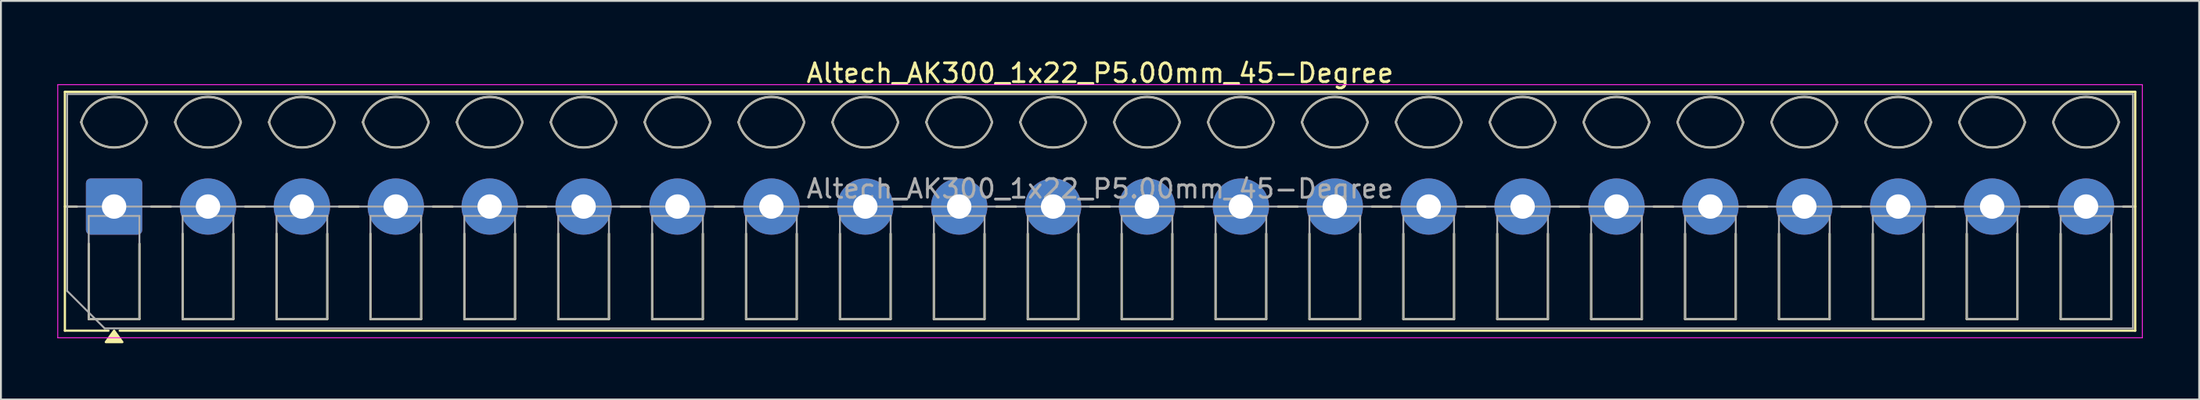
<source format=kicad_pcb>
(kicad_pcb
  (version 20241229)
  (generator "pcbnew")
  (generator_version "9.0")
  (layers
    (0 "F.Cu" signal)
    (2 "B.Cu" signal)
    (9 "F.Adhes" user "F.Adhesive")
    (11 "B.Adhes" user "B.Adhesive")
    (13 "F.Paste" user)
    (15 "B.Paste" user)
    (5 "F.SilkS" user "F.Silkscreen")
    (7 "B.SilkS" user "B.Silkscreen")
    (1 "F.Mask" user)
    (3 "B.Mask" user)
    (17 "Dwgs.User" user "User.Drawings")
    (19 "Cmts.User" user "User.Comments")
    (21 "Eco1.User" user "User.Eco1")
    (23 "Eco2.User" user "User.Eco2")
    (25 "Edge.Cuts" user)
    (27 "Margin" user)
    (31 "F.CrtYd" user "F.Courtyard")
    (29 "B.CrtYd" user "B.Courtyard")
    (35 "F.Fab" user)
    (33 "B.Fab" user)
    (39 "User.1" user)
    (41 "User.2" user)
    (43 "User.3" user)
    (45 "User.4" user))
  (footprint "Altech_AK300_1x22_P5.00mm_45-Degree"
    (layer "F.Cu")
    (at 3.025 7.968)
    (property "Reference" "Altech_AK300_1x22_P5.00mm_45-Degree" (at 52.5 -7.12 0) (layer "F.SilkS") (effects (font (size 1 1) (thickness 0.15))))
    (attr through_hole)
    (fp_line (start -2.62 -6.12) (end 107.62 -6.12) (stroke (width 0.12) (type solid)) (layer "F.SilkS"))
    (fp_line (start -2.62 0) (end -1.98 0) (stroke (width 0.12) (type solid)) (layer "F.SilkS"))
    (fp_line (start -2.62 6.62) (end -2.62 -6.12) (stroke (width 0.12) (type solid)) (layer "F.SilkS"))
    (fp_line (start -1.35 6) (end -1.35 1.98) (stroke (width 0.12) (type solid)) (layer "F.SilkS"))
    (fp_line (start -0.3 6.62) (end -2.62 6.62) (stroke (width 0.12) (type solid)) (layer "F.SilkS"))
    (fp_line (start 1.35 1.98) (end 1.35 6) (stroke (width 0.12) (type solid)) (layer "F.SilkS"))
    (fp_line (start 1.35 6) (end -1.35 6) (stroke (width 0.12) (type solid)) (layer "F.SilkS"))
    (fp_line (start 1.98 0) (end 3.02 0) (stroke (width 0.12) (type solid)) (layer "F.SilkS"))
    (fp_line (start 3.65 6) (end 3.65 1.448) (stroke (width 0.12) (type solid)) (layer "F.SilkS"))
    (fp_line (start 6.35 1.448) (end 6.35 6) (stroke (width 0.12) (type solid)) (layer "F.SilkS"))
    (fp_line (start 6.35 6) (end 3.65 6) (stroke (width 0.12) (type solid)) (layer "F.SilkS"))
    (fp_line (start 6.98 0) (end 8.02 0) (stroke (width 0.12) (type solid)) (layer "F.SilkS"))
    (fp_line (start 8.65 6) (end 8.65 1.448) (stroke (width 0.12) (type solid)) (layer "F.SilkS"))
    (fp_line (start 11.35 1.448) (end 11.35 6) (stroke (width 0.12) (type solid)) (layer "F.SilkS"))
    (fp_line (start 11.35 6) (end 8.65 6) (stroke (width 0.12) (type solid)) (layer "F.SilkS"))
    (fp_line (start 11.98 0) (end 13.02 0) (stroke (width 0.12) (type solid)) (layer "F.SilkS"))
    (fp_line (start 13.65 6) (end 13.65 1.448) (stroke (width 0.12) (type solid)) (layer "F.SilkS"))
    (fp_line (start 16.35 1.448) (end 16.35 6) (stroke (width 0.12) (type solid)) (layer "F.SilkS"))
    (fp_line (start 16.35 6) (end 13.65 6) (stroke (width 0.12) (type solid)) (layer "F.SilkS"))
    (fp_line (start 16.98 0) (end 18.02 0) (stroke (width 0.12) (type solid)) (layer "F.SilkS"))
    (fp_line (start 18.65 6) (end 18.65 1.448) (stroke (width 0.12) (type solid)) (layer "F.SilkS"))
    (fp_line (start 21.35 1.448) (end 21.35 6) (stroke (width 0.12) (type solid)) (layer "F.SilkS"))
    (fp_line (start 21.35 6) (end 18.65 6) (stroke (width 0.12) (type solid)) (layer "F.SilkS"))
    (fp_line (start 21.98 0) (end 23.02 0) (stroke (width 0.12) (type solid)) (layer "F.SilkS"))
    (fp_line (start 23.65 6) (end 23.65 1.448) (stroke (width 0.12) (type solid)) (layer "F.SilkS"))
    (fp_line (start 26.35 1.448) (end 26.35 6) (stroke (width 0.12) (type solid)) (layer "F.SilkS"))
    (fp_line (start 26.35 6) (end 23.65 6) (stroke (width 0.12) (type solid)) (layer "F.SilkS"))
    (fp_line (start 26.98 0) (end 28.02 0) (stroke (width 0.12) (type solid)) (layer "F.SilkS"))
    (fp_line (start 28.65 6) (end 28.65 1.448) (stroke (width 0.12) (type solid)) (layer "F.SilkS"))
    (fp_line (start 31.35 1.448) (end 31.35 6) (stroke (width 0.12) (type solid)) (layer "F.SilkS"))
    (fp_line (start 31.35 6) (end 28.65 6) (stroke (width 0.12) (type solid)) (layer "F.SilkS"))
    (fp_line (start 31.98 0) (end 33.02 0) (stroke (width 0.12) (type solid)) (layer "F.SilkS"))
    (fp_line (start 33.65 6) (end 33.65 1.448) (stroke (width 0.12) (type solid)) (layer "F.SilkS"))
    (fp_line (start 36.35 1.448) (end 36.35 6) (stroke (width 0.12) (type solid)) (layer "F.SilkS"))
    (fp_line (start 36.35 6) (end 33.65 6) (stroke (width 0.12) (type solid)) (layer "F.SilkS"))
    (fp_line (start 36.98 0) (end 38.02 0) (stroke (width 0.12) (type solid)) (layer "F.SilkS"))
    (fp_line (start 38.65 6) (end 38.65 1.448) (stroke (width 0.12) (type solid)) (layer "F.SilkS"))
    (fp_line (start 41.35 1.448) (end 41.35 6) (stroke (width 0.12) (type solid)) (layer "F.SilkS"))
    (fp_line (start 41.35 6) (end 38.65 6) (stroke (width 0.12) (type solid)) (layer "F.SilkS"))
    (fp_line (start 41.98 0) (end 43.02 0) (stroke (width 0.12) (type solid)) (layer "F.SilkS"))
    (fp_line (start 43.65 6) (end 43.65 1.448) (stroke (width 0.12) (type solid)) (layer "F.SilkS"))
    (fp_line (start 46.35 1.448) (end 46.35 6) (stroke (width 0.12) (type solid)) (layer "F.SilkS"))
    (fp_line (start 46.35 6) (end 43.65 6) (stroke (width 0.12) (type solid)) (layer "F.SilkS"))
    (fp_line (start 46.98 0) (end 48.02 0) (stroke (width 0.12) (type solid)) (layer "F.SilkS"))
    (fp_line (start 48.65 6) (end 48.65 1.448) (stroke (width 0.12) (type solid)) (layer "F.SilkS"))
    (fp_line (start 51.35 1.448) (end 51.35 6) (stroke (width 0.12) (type solid)) (layer "F.SilkS"))
    (fp_line (start 51.35 6) (end 48.65 6) (stroke (width 0.12) (type solid)) (layer "F.SilkS"))
    (fp_line (start 51.98 0) (end 53.02 0) (stroke (width 0.12) (type solid)) (layer "F.SilkS"))
    (fp_line (start 53.65 6) (end 53.65 1.448) (stroke (width 0.12) (type solid)) (layer "F.SilkS"))
    (fp_line (start 56.35 1.448) (end 56.35 6) (stroke (width 0.12) (type solid)) (layer "F.SilkS"))
    (fp_line (start 56.35 6) (end 53.65 6) (stroke (width 0.12) (type solid)) (layer "F.SilkS"))
    (fp_line (start 56.98 0) (end 58.02 0) (stroke (width 0.12) (type solid)) (layer "F.SilkS"))
    (fp_line (start 58.65 6) (end 58.65 1.448) (stroke (width 0.12) (type solid)) (layer "F.SilkS"))
    (fp_line (start 61.35 1.448) (end 61.35 6) (stroke (width 0.12) (type solid)) (layer "F.SilkS"))
    (fp_line (start 61.35 6) (end 58.65 6) (stroke (width 0.12) (type solid)) (layer "F.SilkS"))
    (fp_line (start 61.98 0) (end 63.02 0) (stroke (width 0.12) (type solid)) (layer "F.SilkS"))
    (fp_line (start 63.65 6) (end 63.65 1.448) (stroke (width 0.12) (type solid)) (layer "F.SilkS"))
    (fp_line (start 66.35 1.448) (end 66.35 6) (stroke (width 0.12) (type solid)) (layer "F.SilkS"))
    (fp_line (start 66.35 6) (end 63.65 6) (stroke (width 0.12) (type solid)) (layer "F.SilkS"))
    (fp_line (start 66.98 0) (end 68.02 0) (stroke (width 0.12) (type solid)) (layer "F.SilkS"))
    (fp_line (start 68.65 6) (end 68.65 1.448) (stroke (width 0.12) (type solid)) (layer "F.SilkS"))
    (fp_line (start 71.35 1.448) (end 71.35 6) (stroke (width 0.12) (type solid)) (layer "F.SilkS"))
    (fp_line (start 71.35 6) (end 68.65 6) (stroke (width 0.12) (type solid)) (layer "F.SilkS"))
    (fp_line (start 71.98 0) (end 73.02 0) (stroke (width 0.12) (type solid)) (layer "F.SilkS"))
    (fp_line (start 73.65 6) (end 73.65 1.448) (stroke (width 0.12) (type solid)) (layer "F.SilkS"))
    (fp_line (start 76.35 1.448) (end 76.35 6) (stroke (width 0.12) (type solid)) (layer "F.SilkS"))
    (fp_line (start 76.35 6) (end 73.65 6) (stroke (width 0.12) (type solid)) (layer "F.SilkS"))
    (fp_line (start 76.98 0) (end 78.02 0) (stroke (width 0.12) (type solid)) (layer "F.SilkS"))
    (fp_line (start 78.65 6) (end 78.65 1.448) (stroke (width 0.12) (type solid)) (layer "F.SilkS"))
    (fp_line (start 81.35 1.448) (end 81.35 6) (stroke (width 0.12) (type solid)) (layer "F.SilkS"))
    (fp_line (start 81.35 6) (end 78.65 6) (stroke (width 0.12) (type solid)) (layer "F.SilkS"))
    (fp_line (start 81.98 0) (end 83.02 0) (stroke (width 0.12) (type solid)) (layer "F.SilkS"))
    (fp_line (start 83.65 6) (end 83.65 1.448) (stroke (width 0.12) (type solid)) (layer "F.SilkS"))
    (fp_line (start 86.35 1.448) (end 86.35 6) (stroke (width 0.12) (type solid)) (layer "F.SilkS"))
    (fp_line (start 86.35 6) (end 83.65 6) (stroke (width 0.12) (type solid)) (layer "F.SilkS"))
    (fp_line (start 86.98 0) (end 88.02 0) (stroke (width 0.12) (type solid)) (layer "F.SilkS"))
    (fp_line (start 88.65 6) (end 88.65 1.448) (stroke (width 0.12) (type solid)) (layer "F.SilkS"))
    (fp_line (start 91.35 1.448) (end 91.35 6) (stroke (width 0.12) (type solid)) (layer "F.SilkS"))
    (fp_line (start 91.35 6) (end 88.65 6) (stroke (width 0.12) (type solid)) (layer "F.SilkS"))
    (fp_line (start 91.98 0) (end 93.02 0) (stroke (width 0.12) (type solid)) (layer "F.SilkS"))
    (fp_line (start 93.65 6) (end 93.65 1.448) (stroke (width 0.12) (type solid)) (layer "F.SilkS"))
    (fp_line (start 96.35 1.448) (end 96.35 6) (stroke (width 0.12) (type solid)) (layer "F.SilkS"))
    (fp_line (start 96.35 6) (end 93.65 6) (stroke (width 0.12) (type solid)) (layer "F.SilkS"))
    (fp_line (start 96.98 0) (end 98.02 0) (stroke (width 0.12) (type solid)) (layer "F.SilkS"))
    (fp_line (start 98.65 6) (end 98.65 1.448) (stroke (width 0.12) (type solid)) (layer "F.SilkS"))
    (fp_line (start 101.35 1.448) (end 101.35 6) (stroke (width 0.12) (type solid)) (layer "F.SilkS"))
    (fp_line (start 101.35 6) (end 98.65 6) (stroke (width 0.12) (type solid)) (layer "F.SilkS"))
    (fp_line (start 101.98 0) (end 103.02 0) (stroke (width 0.12) (type solid)) (layer "F.SilkS"))
    (fp_line (start 103.65 6) (end 103.65 1.448) (stroke (width 0.12) (type solid)) (layer "F.SilkS"))
    (fp_line (start 106.35 1.448) (end 106.35 6) (stroke (width 0.12) (type solid)) (layer "F.SilkS"))
    (fp_line (start 106.35 6) (end 103.65 6) (stroke (width 0.12) (type solid)) (layer "F.SilkS"))
    (fp_line (start 106.98 0) (end 107.62 0) (stroke (width 0.12) (type solid)) (layer "F.SilkS"))
    (fp_line (start 107.62 -6.12) (end 107.62 6.62) (stroke (width 0.12) (type solid)) (layer "F.SilkS"))
    (fp_line (start 107.62 6.62) (end 0.3 6.62) (stroke (width 0.12) (type solid)) (layer "F.SilkS"))
    (fp_arc (start -1.75 -4.5) (mid 0 -5.85) (end 1.75 -4.5) (stroke (width 0.12) (type solid)) (layer "F.SilkS"))
    (fp_arc (start 1.75 -4.5) (mid 0 -3.15) (end -1.75 -4.5) (stroke (width 0.12) (type solid)) (layer "F.SilkS"))
    (fp_arc (start 3.25 -4.5) (mid 5 -5.85) (end 6.75 -4.5) (stroke (width 0.12) (type solid)) (layer "F.SilkS"))
    (fp_arc (start 6.75 -4.5) (mid 5 -3.15) (end 3.25 -4.5) (stroke (width 0.12) (type solid)) (layer "F.SilkS"))
    (fp_arc (start 8.25 -4.5) (mid 10 -5.85) (end 11.75 -4.5) (stroke (width 0.12) (type solid)) (layer "F.SilkS"))
    (fp_arc (start 11.75 -4.5) (mid 10 -3.15) (end 8.25 -4.5) (stroke (width 0.12) (type solid)) (layer "F.SilkS"))
    (fp_arc (start 13.25 -4.5) (mid 15 -5.85) (end 16.75 -4.5) (stroke (width 0.12) (type solid)) (layer "F.SilkS"))
    (fp_arc (start 16.75 -4.5) (mid 15 -3.15) (end 13.25 -4.5) (stroke (width 0.12) (type solid)) (layer "F.SilkS"))
    (fp_arc (start 18.25 -4.5) (mid 20 -5.85) (end 21.75 -4.5) (stroke (width 0.12) (type solid)) (layer "F.SilkS"))
    (fp_arc (start 21.75 -4.5) (mid 20 -3.15) (end 18.25 -4.5) (stroke (width 0.12) (type solid)) (layer "F.SilkS"))
    (fp_arc (start 23.25 -4.5) (mid 25 -5.85) (end 26.75 -4.5) (stroke (width 0.12) (type solid)) (layer "F.SilkS"))
    (fp_arc (start 26.75 -4.5) (mid 25 -3.15) (end 23.25 -4.5) (stroke (width 0.12) (type solid)) (layer "F.SilkS"))
    (fp_arc (start 28.25 -4.5) (mid 30 -5.85) (end 31.75 -4.5) (stroke (width 0.12) (type solid)) (layer "F.SilkS"))
    (fp_arc (start 31.75 -4.5) (mid 30 -3.15) (end 28.25 -4.5) (stroke (width 0.12) (type solid)) (layer "F.SilkS"))
    (fp_arc (start 33.25 -4.5) (mid 35 -5.85) (end 36.75 -4.5) (stroke (width 0.12) (type solid)) (layer "F.SilkS"))
    (fp_arc (start 36.75 -4.5) (mid 35 -3.15) (end 33.25 -4.5) (stroke (width 0.12) (type solid)) (layer "F.SilkS"))
    (fp_arc (start 38.25 -4.5) (mid 40 -5.85) (end 41.75 -4.5) (stroke (width 0.12) (type solid)) (layer "F.SilkS"))
    (fp_arc (start 41.75 -4.5) (mid 40 -3.15) (end 38.25 -4.5) (stroke (width 0.12) (type solid)) (layer "F.SilkS"))
    (fp_arc (start 43.25 -4.5) (mid 45 -5.85) (end 46.75 -4.5) (stroke (width 0.12) (type solid)) (layer "F.SilkS"))
    (fp_arc (start 46.75 -4.5) (mid 45 -3.15) (end 43.25 -4.5) (stroke (width 0.12) (type solid)) (layer "F.SilkS"))
    (fp_arc (start 48.25 -4.5) (mid 50 -5.85) (end 51.75 -4.5) (stroke (width 0.12) (type solid)) (layer "F.SilkS"))
    (fp_arc (start 51.75 -4.5) (mid 50 -3.15) (end 48.25 -4.5) (stroke (width 0.12) (type solid)) (layer "F.SilkS"))
    (fp_arc (start 53.25 -4.5) (mid 55 -5.85) (end 56.75 -4.5) (stroke (width 0.12) (type solid)) (layer "F.SilkS"))
    (fp_arc (start 56.75 -4.5) (mid 55 -3.15) (end 53.25 -4.5) (stroke (width 0.12) (type solid)) (layer "F.SilkS"))
    (fp_arc (start 58.25 -4.5) (mid 60 -5.85) (end 61.75 -4.5) (stroke (width 0.12) (type solid)) (layer "F.SilkS"))
    (fp_arc (start 61.75 -4.5) (mid 60 -3.15) (end 58.25 -4.5) (stroke (width 0.12) (type solid)) (layer "F.SilkS"))
    (fp_arc (start 63.25 -4.5) (mid 65 -5.85) (end 66.75 -4.5) (stroke (width 0.12) (type solid)) (layer "F.SilkS"))
    (fp_arc (start 66.75 -4.5) (mid 65 -3.15) (end 63.25 -4.5) (stroke (width 0.12) (type solid)) (layer "F.SilkS"))
    (fp_arc (start 68.25 -4.5) (mid 70 -5.85) (end 71.75 -4.5) (stroke (width 0.12) (type solid)) (layer "F.SilkS"))
    (fp_arc (start 71.75 -4.5) (mid 70 -3.15) (end 68.25 -4.5) (stroke (width 0.12) (type solid)) (layer "F.SilkS"))
    (fp_arc (start 73.25 -4.5) (mid 75 -5.85) (end 76.75 -4.5) (stroke (width 0.12) (type solid)) (layer "F.SilkS"))
    (fp_arc (start 76.75 -4.5) (mid 75 -3.15) (end 73.25 -4.5) (stroke (width 0.12) (type solid)) (layer "F.SilkS"))
    (fp_arc (start 78.25 -4.5) (mid 80 -5.85) (end 81.75 -4.5) (stroke (width 0.12) (type solid)) (layer "F.SilkS"))
    (fp_arc (start 81.75 -4.5) (mid 80 -3.15) (end 78.25 -4.5) (stroke (width 0.12) (type solid)) (layer "F.SilkS"))
    (fp_arc (start 83.25 -4.5) (mid 85 -5.85) (end 86.75 -4.5) (stroke (width 0.12) (type solid)) (layer "F.SilkS"))
    (fp_arc (start 86.75 -4.5) (mid 85 -3.15) (end 83.25 -4.5) (stroke (width 0.12) (type solid)) (layer "F.SilkS"))
    (fp_arc (start 88.25 -4.5) (mid 90 -5.85) (end 91.75 -4.5) (stroke (width 0.12) (type solid)) (layer "F.SilkS"))
    (fp_arc (start 91.75 -4.5) (mid 90 -3.15) (end 88.25 -4.5) (stroke (width 0.12) (type solid)) (layer "F.SilkS"))
    (fp_arc (start 93.25 -4.5) (mid 95 -5.85) (end 96.75 -4.5) (stroke (width 0.12) (type solid)) (layer "F.SilkS"))
    (fp_arc (start 96.75 -4.5) (mid 95 -3.15) (end 93.25 -4.5) (stroke (width 0.12) (type solid)) (layer "F.SilkS"))
    (fp_arc (start 98.25 -4.5) (mid 100 -5.85) (end 101.75 -4.5) (stroke (width 0.12) (type solid)) (layer "F.SilkS"))
    (fp_arc (start 101.75 -4.5) (mid 100 -3.15) (end 98.25 -4.5) (stroke (width 0.12) (type solid)) (layer "F.SilkS"))
    (fp_arc (start 103.25 -4.5) (mid 105 -5.85) (end 106.75 -4.5) (stroke (width 0.12) (type solid)) (layer "F.SilkS"))
    (fp_arc (start 106.75 -4.5) (mid 105 -3.15) (end 103.25 -4.5) (stroke (width 0.12) (type solid)) (layer "F.SilkS"))
    (fp_poly (pts (xy 0 6.62) (xy 0.44 7.23) (xy -0.44 7.23)) (stroke (width 0.12) (type solid)) (fill yes) (layer "F.SilkS"))
    (fp_line (start -3 -6.5) (end -3 7) (stroke (width 0.05) (type solid)) (layer "F.CrtYd"))
    (fp_line (start -3 7) (end 108 7) (stroke (width 0.05) (type solid)) (layer "F.CrtYd"))
    (fp_line (start 108 -6.5) (end -3 -6.5) (stroke (width 0.05) (type solid)) (layer "F.CrtYd"))
    (fp_line (start 108 7) (end 108 -6.5) (stroke (width 0.05) (type solid)) (layer "F.CrtYd"))
    (fp_line (start -2.5 -6) (end 107.5 -6) (stroke (width 0.1) (type solid)) (layer "F.Fab"))
    (fp_line (start -2.5 0) (end 107.5 0) (stroke (width 0.1) (type solid)) (layer "F.Fab"))
    (fp_line (start -2.5 4.5) (end -2.5 -6) (stroke (width 0.1) (type solid)) (layer "F.Fab"))
    (fp_line (start -1.35 0.5) (end -1.35 6) (stroke (width 0.1) (type solid)) (layer "F.Fab"))
    (fp_line (start -1.35 6) (end 1.35 6) (stroke (width 0.1) (type solid)) (layer "F.Fab"))
    (fp_line (start -0.5 6.5) (end -2.5 4.5) (stroke (width 0.1) (type solid)) (layer "F.Fab"))
    (fp_line (start 1.35 0.5) (end -1.35 0.5) (stroke (width 0.1) (type solid)) (layer "F.Fab"))
    (fp_line (start 1.35 6) (end 1.35 0.5) (stroke (width 0.1) (type solid)) (layer "F.Fab"))
    (fp_line (start 3.65 0.5) (end 3.65 6) (stroke (width 0.1) (type solid)) (layer "F.Fab"))
    (fp_line (start 3.65 6) (end 6.35 6) (stroke (width 0.1) (type solid)) (layer "F.Fab"))
    (fp_line (start 6.35 0.5) (end 3.65 0.5) (stroke (width 0.1) (type solid)) (layer "F.Fab"))
    (fp_line (start 6.35 6) (end 6.35 0.5) (stroke (width 0.1) (type solid)) (layer "F.Fab"))
    (fp_line (start 8.65 0.5) (end 8.65 6) (stroke (width 0.1) (type solid)) (layer "F.Fab"))
    (fp_line (start 8.65 6) (end 11.351 6) (stroke (width 0.1) (type solid)) (layer "F.Fab"))
    (fp_line (start 11.351 0.5) (end 8.65 0.5) (stroke (width 0.1) (type solid)) (layer "F.Fab"))
    (fp_line (start 11.351 6) (end 11.351 0.5) (stroke (width 0.1) (type solid)) (layer "F.Fab"))
    (fp_line (start 13.65 0.5) (end 13.65 6) (stroke (width 0.1) (type solid)) (layer "F.Fab"))
    (fp_line (start 13.65 6) (end 16.351 6) (stroke (width 0.1) (type solid)) (layer "F.Fab"))
    (fp_line (start 16.351 0.5) (end 13.65 0.5) (stroke (width 0.1) (type solid)) (layer "F.Fab"))
    (fp_line (start 16.351 6) (end 16.351 0.5) (stroke (width 0.1) (type solid)) (layer "F.Fab"))
    (fp_line (start 18.65 0.5) (end 18.65 6) (stroke (width 0.1) (type solid)) (layer "F.Fab"))
    (fp_line (start 18.65 6) (end 21.35 6) (stroke (width 0.1) (type solid)) (layer "F.Fab"))
    (fp_line (start 21.35 0.5) (end 18.65 0.5) (stroke (width 0.1) (type solid)) (layer "F.Fab"))
    (fp_line (start 21.35 6) (end 21.35 0.5) (stroke (width 0.1) (type solid)) (layer "F.Fab"))
    (fp_line (start 23.65 0.5) (end 23.65 6) (stroke (width 0.1) (type solid)) (layer "F.Fab"))
    (fp_line (start 23.65 6) (end 26.35 6) (stroke (width 0.1) (type solid)) (layer "F.Fab"))
    (fp_line (start 26.35 0.5) (end 23.65 0.5) (stroke (width 0.1) (type solid)) (layer "F.Fab"))
    (fp_line (start 26.35 6) (end 26.35 0.5) (stroke (width 0.1) (type solid)) (layer "F.Fab"))
    (fp_line (start 28.65 0.5) (end 28.65 6) (stroke (width 0.1) (type solid)) (layer "F.Fab"))
    (fp_line (start 28.65 6) (end 31.35 6) (stroke (width 0.1) (type solid)) (layer "F.Fab"))
    (fp_line (start 31.35 0.5) (end 28.65 0.5) (stroke (width 0.1) (type solid)) (layer "F.Fab"))
    (fp_line (start 31.35 6) (end 31.35 0.5) (stroke (width 0.1) (type solid)) (layer "F.Fab"))
    (fp_line (start 33.65 0.5) (end 33.65 6) (stroke (width 0.1) (type solid)) (layer "F.Fab"))
    (fp_line (start 33.65 6) (end 36.35 6) (stroke (width 0.1) (type solid)) (layer "F.Fab"))
    (fp_line (start 36.35 0.5) (end 33.65 0.5) (stroke (width 0.1) (type solid)) (layer "F.Fab"))
    (fp_line (start 36.35 6) (end 36.35 0.5) (stroke (width 0.1) (type solid)) (layer "F.Fab"))
    (fp_line (start 38.65 0.5) (end 38.65 6) (stroke (width 0.1) (type solid)) (layer "F.Fab"))
    (fp_line (start 38.65 6) (end 41.35 6) (stroke (width 0.1) (type solid)) (layer "F.Fab"))
    (fp_line (start 41.35 0.5) (end 38.65 0.5) (stroke (width 0.1) (type solid)) (layer "F.Fab"))
    (fp_line (start 41.35 6) (end 41.35 0.5) (stroke (width 0.1) (type solid)) (layer "F.Fab"))
    (fp_line (start 43.65 0.5) (end 43.65 6) (stroke (width 0.1) (type solid)) (layer "F.Fab"))
    (fp_line (start 43.65 6) (end 46.35 6) (stroke (width 0.1) (type solid)) (layer "F.Fab"))
    (fp_line (start 46.35 0.5) (end 43.65 0.5) (stroke (width 0.1) (type solid)) (layer "F.Fab"))
    (fp_line (start 46.35 6) (end 46.35 0.5) (stroke (width 0.1) (type solid)) (layer "F.Fab"))
    (fp_line (start 48.65 0.5) (end 48.65 6) (stroke (width 0.1) (type solid)) (layer "F.Fab"))
    (fp_line (start 48.65 6) (end 51.35 6) (stroke (width 0.1) (type solid)) (layer "F.Fab"))
    (fp_line (start 51.35 0.5) (end 48.65 0.5) (stroke (width 0.1) (type solid)) (layer "F.Fab"))
    (fp_line (start 51.35 6) (end 51.35 0.5) (stroke (width 0.1) (type solid)) (layer "F.Fab"))
    (fp_line (start 53.65 0.5) (end 53.65 6) (stroke (width 0.1) (type solid)) (layer "F.Fab"))
    (fp_line (start 53.65 6) (end 56.35 6) (stroke (width 0.1) (type solid)) (layer "F.Fab"))
    (fp_line (start 56.35 0.5) (end 53.65 0.5) (stroke (width 0.1) (type solid)) (layer "F.Fab"))
    (fp_line (start 56.35 6) (end 56.35 0.5) (stroke (width 0.1) (type solid)) (layer "F.Fab"))
    (fp_line (start 58.65 0.5) (end 58.65 6) (stroke (width 0.1) (type solid)) (layer "F.Fab"))
    (fp_line (start 58.65 6) (end 61.35 6) (stroke (width 0.1) (type solid)) (layer "F.Fab"))
    (fp_line (start 61.35 0.5) (end 58.65 0.5) (stroke (width 0.1) (type solid)) (layer "F.Fab"))
    (fp_line (start 61.35 6) (end 61.35 0.5) (stroke (width 0.1) (type solid)) (layer "F.Fab"))
    (fp_line (start 63.65 0.5) (end 63.65 6) (stroke (width 0.1) (type solid)) (layer "F.Fab"))
    (fp_line (start 63.65 6) (end 66.35 6) (stroke (width 0.1) (type solid)) (layer "F.Fab"))
    (fp_line (start 66.35 0.5) (end 63.65 0.5) (stroke (width 0.1) (type solid)) (layer "F.Fab"))
    (fp_line (start 66.35 6) (end 66.35 0.5) (stroke (width 0.1) (type solid)) (layer "F.Fab"))
    (fp_line (start 68.65 0.5) (end 68.65 6) (stroke (width 0.1) (type solid)) (layer "F.Fab"))
    (fp_line (start 68.65 6) (end 71.35 6) (stroke (width 0.1) (type solid)) (layer "F.Fab"))
    (fp_line (start 71.35 0.5) (end 68.65 0.5) (stroke (width 0.1) (type solid)) (layer "F.Fab"))
    (fp_line (start 71.35 6) (end 71.35 0.5) (stroke (width 0.1) (type solid)) (layer "F.Fab"))
    (fp_line (start 73.65 0.5) (end 73.65 6) (stroke (width 0.1) (type solid)) (layer "F.Fab"))
    (fp_line (start 73.65 6) (end 76.35 6) (stroke (width 0.1) (type solid)) (layer "F.Fab"))
    (fp_line (start 76.35 0.5) (end 73.65 0.5) (stroke (width 0.1) (type solid)) (layer "F.Fab"))
    (fp_line (start 76.35 6) (end 76.35 0.5) (stroke (width 0.1) (type solid)) (layer "F.Fab"))
    (fp_line (start 78.65 0.5) (end 78.65 6) (stroke (width 0.1) (type solid)) (layer "F.Fab"))
    (fp_line (start 78.65 6) (end 81.35 6) (stroke (width 0.1) (type solid)) (layer "F.Fab"))
    (fp_line (start 81.35 0.5) (end 78.65 0.5) (stroke (width 0.1) (type solid)) (layer "F.Fab"))
    (fp_line (start 81.35 6) (end 81.35 0.5) (stroke (width 0.1) (type solid)) (layer "F.Fab"))
    (fp_line (start 83.65 0.5) (end 83.65 6) (stroke (width 0.1) (type solid)) (layer "F.Fab"))
    (fp_line (start 83.65 6) (end 86.35 6) (stroke (width 0.1) (type solid)) (layer "F.Fab"))
    (fp_line (start 86.35 0.5) (end 83.65 0.5) (stroke (width 0.1) (type solid)) (layer "F.Fab"))
    (fp_line (start 86.35 6) (end 86.35 0.5) (stroke (width 0.1) (type solid)) (layer "F.Fab"))
    (fp_line (start 88.65 0.5) (end 88.65 6) (stroke (width 0.1) (type solid)) (layer "F.Fab"))
    (fp_line (start 88.65 6) (end 91.35 6) (stroke (width 0.1) (type solid)) (layer "F.Fab"))
    (fp_line (start 91.35 0.5) (end 88.65 0.5) (stroke (width 0.1) (type solid)) (layer "F.Fab"))
    (fp_line (start 91.35 6) (end 91.35 0.5) (stroke (width 0.1) (type solid)) (layer "F.Fab"))
    (fp_line (start 93.65 0.5) (end 93.65 6) (stroke (width 0.1) (type solid)) (layer "F.Fab"))
    (fp_line (start 93.65 6) (end 96.35 6) (stroke (width 0.1) (type solid)) (layer "F.Fab"))
    (fp_line (start 96.35 0.5) (end 93.65 0.5) (stroke (width 0.1) (type solid)) (layer "F.Fab"))
    (fp_line (start 96.35 6) (end 96.35 0.5) (stroke (width 0.1) (type solid)) (layer "F.Fab"))
    (fp_line (start 98.65 0.5) (end 98.65 6) (stroke (width 0.1) (type solid)) (layer "F.Fab"))
    (fp_line (start 98.65 6) (end 101.35 6) (stroke (width 0.1) (type solid)) (layer "F.Fab"))
    (fp_line (start 101.35 0.5) (end 98.65 0.5) (stroke (width 0.1) (type solid)) (layer "F.Fab"))
    (fp_line (start 101.35 6) (end 101.35 0.5) (stroke (width 0.1) (type solid)) (layer "F.Fab"))
    (fp_line (start 103.65 0.5) (end 103.65 6) (stroke (width 0.1) (type solid)) (layer "F.Fab"))
    (fp_line (start 103.65 6) (end 106.35 6) (stroke (width 0.1) (type solid)) (layer "F.Fab"))
    (fp_line (start 106.35 0.5) (end 103.65 0.5) (stroke (width 0.1) (type solid)) (layer "F.Fab"))
    (fp_line (start 106.35 6) (end 106.35 0.5) (stroke (width 0.1) (type solid)) (layer "F.Fab"))
    (fp_line (start 107.5 -6) (end 107.5 6.5) (stroke (width 0.1) (type solid)) (layer "F.Fab"))
    (fp_line (start 107.5 6.5) (end -0.5 6.5) (stroke (width 0.1) (type solid)) (layer "F.Fab"))
    (fp_arc (start -1.75 -4.5) (mid 0 -5.85) (end 1.75 -4.5) (stroke (width 0.1) (type solid)) (layer "F.Fab"))
    (fp_arc (start 1.75 -4.5) (mid 0 -3.15) (end -1.75 -4.5) (stroke (width 0.1) (type solid)) (layer "F.Fab"))
    (fp_arc (start 3.25 -4.5) (mid 5 -5.85) (end 6.75 -4.5) (stroke (width 0.1) (type solid)) (layer "F.Fab"))
    (fp_arc (start 6.75 -4.5) (mid 5 -3.15) (end 3.25 -4.5) (stroke (width 0.1) (type solid)) (layer "F.Fab"))
    (fp_arc (start 8.25 -4.5) (mid 10 -5.85) (end 11.75 -4.5) (stroke (width 0.1) (type solid)) (layer "F.Fab"))
    (fp_arc (start 11.75 -4.5) (mid 10 -3.15) (end 8.25 -4.5) (stroke (width 0.1) (type solid)) (layer "F.Fab"))
    (fp_arc (start 13.25 -4.5) (mid 15 -5.85) (end 16.75 -4.5) (stroke (width 0.1) (type solid)) (layer "F.Fab"))
    (fp_arc (start 16.75 -4.5) (mid 15 -3.15) (end 13.25 -4.5) (stroke (width 0.1) (type solid)) (layer "F.Fab"))
    (fp_arc (start 18.25 -4.5) (mid 20 -5.85) (end 21.75 -4.5) (stroke (width 0.1) (type solid)) (layer "F.Fab"))
    (fp_arc (start 21.75 -4.5) (mid 20 -3.15) (end 18.25 -4.5) (stroke (width 0.1) (type solid)) (layer "F.Fab"))
    (fp_arc (start 23.25 -4.5) (mid 25 -5.85) (end 26.75 -4.5) (stroke (width 0.1) (type solid)) (layer "F.Fab"))
    (fp_arc (start 26.75 -4.5) (mid 25 -3.15) (end 23.25 -4.5) (stroke (width 0.1) (type solid)) (layer "F.Fab"))
    (fp_arc (start 28.25 -4.5) (mid 30 -5.85) (end 31.75 -4.5) (stroke (width 0.1) (type solid)) (layer "F.Fab"))
    (fp_arc (start 31.75 -4.5) (mid 30 -3.15) (end 28.25 -4.5) (stroke (width 0.1) (type solid)) (layer "F.Fab"))
    (fp_arc (start 33.25 -4.5) (mid 35 -5.85) (end 36.75 -4.5) (stroke (width 0.1) (type solid)) (layer "F.Fab"))
    (fp_arc (start 36.75 -4.5) (mid 35 -3.15) (end 33.25 -4.5) (stroke (width 0.1) (type solid)) (layer "F.Fab"))
    (fp_arc (start 38.25 -4.5) (mid 40 -5.85) (end 41.75 -4.5) (stroke (width 0.1) (type solid)) (layer "F.Fab"))
    (fp_arc (start 41.75 -4.5) (mid 40 -3.15) (end 38.25 -4.5) (stroke (width 0.1) (type solid)) (layer "F.Fab"))
    (fp_arc (start 43.25 -4.5) (mid 45 -5.85) (end 46.75 -4.5) (stroke (width 0.1) (type solid)) (layer "F.Fab"))
    (fp_arc (start 46.75 -4.5) (mid 45 -3.15) (end 43.25 -4.5) (stroke (width 0.1) (type solid)) (layer "F.Fab"))
    (fp_arc (start 48.25 -4.5) (mid 50 -5.85) (end 51.75 -4.5) (stroke (width 0.1) (type solid)) (layer "F.Fab"))
    (fp_arc (start 51.75 -4.5) (mid 50 -3.15) (end 48.25 -4.5) (stroke (width 0.1) (type solid)) (layer "F.Fab"))
    (fp_arc (start 53.25 -4.5) (mid 55 -5.85) (end 56.75 -4.5) (stroke (width 0.1) (type solid)) (layer "F.Fab"))
    (fp_arc (start 56.75 -4.5) (mid 55 -3.15) (end 53.25 -4.5) (stroke (width 0.1) (type solid)) (layer "F.Fab"))
    (fp_arc (start 58.25 -4.5) (mid 60 -5.85) (end 61.75 -4.5) (stroke (width 0.1) (type solid)) (layer "F.Fab"))
    (fp_arc (start 61.75 -4.5) (mid 60 -3.15) (end 58.25 -4.5) (stroke (width 0.1) (type solid)) (layer "F.Fab"))
    (fp_arc (start 63.25 -4.5) (mid 65 -5.85) (end 66.75 -4.5) (stroke (width 0.1) (type solid)) (layer "F.Fab"))
    (fp_arc (start 66.75 -4.5) (mid 65 -3.15) (end 63.25 -4.5) (stroke (width 0.1) (type solid)) (layer "F.Fab"))
    (fp_arc (start 68.25 -4.5) (mid 70 -5.85) (end 71.75 -4.5) (stroke (width 0.1) (type solid)) (layer "F.Fab"))
    (fp_arc (start 71.75 -4.5) (mid 70 -3.15) (end 68.25 -4.5) (stroke (width 0.1) (type solid)) (layer "F.Fab"))
    (fp_arc (start 73.25 -4.5) (mid 75 -5.85) (end 76.75 -4.5) (stroke (width 0.1) (type solid)) (layer "F.Fab"))
    (fp_arc (start 76.75 -4.5) (mid 75 -3.15) (end 73.25 -4.5) (stroke (width 0.1) (type solid)) (layer "F.Fab"))
    (fp_arc (start 78.25 -4.5) (mid 80 -5.85) (end 81.75 -4.5) (stroke (width 0.1) (type solid)) (layer "F.Fab"))
    (fp_arc (start 81.75 -4.5) (mid 80 -3.15) (end 78.25 -4.5) (stroke (width 0.1) (type solid)) (layer "F.Fab"))
    (fp_arc (start 83.25 -4.5) (mid 85 -5.85) (end 86.75 -4.5) (stroke (width 0.1) (type solid)) (layer "F.Fab"))
    (fp_arc (start 86.75 -4.5) (mid 85 -3.15) (end 83.25 -4.5) (stroke (width 0.1) (type solid)) (layer "F.Fab"))
    (fp_arc (start 88.25 -4.5) (mid 90 -5.85) (end 91.75 -4.5) (stroke (width 0.1) (type solid)) (layer "F.Fab"))
    (fp_arc (start 91.75 -4.5) (mid 90 -3.15) (end 88.25 -4.5) (stroke (width 0.1) (type solid)) (layer "F.Fab"))
    (fp_arc (start 93.25 -4.5) (mid 95 -5.85) (end 96.75 -4.5) (stroke (width 0.1) (type solid)) (layer "F.Fab"))
    (fp_arc (start 96.75 -4.5) (mid 95 -3.15) (end 93.25 -4.5) (stroke (width 0.1) (type solid)) (layer "F.Fab"))
    (fp_arc (start 98.25 -4.5) (mid 100 -5.85) (end 101.75 -4.5) (stroke (width 0.1) (type solid)) (layer "F.Fab"))
    (fp_arc (start 101.75 -4.5) (mid 100 -3.15) (end 98.25 -4.5) (stroke (width 0.1) (type solid)) (layer "F.Fab"))
    (fp_arc (start 103.25 -4.5) (mid 105 -5.85) (end 106.75 -4.5) (stroke (width 0.1) (type solid)) (layer "F.Fab"))
    (fp_arc (start 106.75 -4.5) (mid 105 -3.15) (end 103.25 -4.5) (stroke (width 0.1) (type solid)) (layer "F.Fab"))
    (fp_text user "${REFERENCE}" (at 52.5 -0.95 0) (layer "F.Fab") (effects (font (size 1 1) (thickness 0.15))))
    (pad "1" thru_hole roundrect (at 0 0) (size 3 3) (drill 1.3) (layers "*.Cu" "*.Mask") (roundrect_rratio 0.083))
    (pad "2" thru_hole circle (at 5 0) (size 3 3) (drill 1.3) (layers "*.Cu" "*.Mask"))
    (pad "3" thru_hole circle (at 10 0) (size 3 3) (drill 1.3) (layers "*.Cu" "*.Mask"))
    (pad "4" thru_hole circle (at 15 0) (size 3 3) (drill 1.3) (layers "*.Cu" "*.Mask"))
    (pad "5" thru_hole circle (at 20 0) (size 3 3) (drill 1.3) (layers "*.Cu" "*.Mask"))
    (pad "6" thru_hole circle (at 25 0) (size 3 3) (drill 1.3) (layers "*.Cu" "*.Mask"))
    (pad "7" thru_hole circle (at 30 0) (size 3 3) (drill 1.3) (layers "*.Cu" "*.Mask"))
    (pad "8" thru_hole circle (at 35 0) (size 3 3) (drill 1.3) (layers "*.Cu" "*.Mask"))
    (pad "9" thru_hole circle (at 40 0) (size 3 3) (drill 1.3) (layers "*.Cu" "*.Mask"))
    (pad "10" thru_hole circle (at 45 0) (size 3 3) (drill 1.3) (layers "*.Cu" "*.Mask"))
    (pad "11" thru_hole circle (at 50 0) (size 3 3) (drill 1.3) (layers "*.Cu" "*.Mask"))
    (pad "12" thru_hole circle (at 55 0) (size 3 3) (drill 1.3) (layers "*.Cu" "*.Mask"))
    (pad "13" thru_hole circle (at 60 0) (size 3 3) (drill 1.3) (layers "*.Cu" "*.Mask"))
    (pad "14" thru_hole circle (at 65 0) (size 3 3) (drill 1.3) (layers "*.Cu" "*.Mask"))
    (pad "15" thru_hole circle (at 70 0) (size 3 3) (drill 1.3) (layers "*.Cu" "*.Mask"))
    (pad "16" thru_hole circle (at 75 0) (size 3 3) (drill 1.3) (layers "*.Cu" "*.Mask"))
    (pad "17" thru_hole circle (at 80 0) (size 3 3) (drill 1.3) (layers "*.Cu" "*.Mask"))
    (pad "18" thru_hole circle (at 85 0) (size 3 3) (drill 1.3) (layers "*.Cu" "*.Mask"))
    (pad "19" thru_hole circle (at 90 0) (size 3 3) (drill 1.3) (layers "*.Cu" "*.Mask"))
    (pad "20" thru_hole circle (at 95 0) (size 3 3) (drill 1.3) (layers "*.Cu" "*.Mask"))
    (pad "21" thru_hole circle (at 100 0) (size 3 3) (drill 1.3) (layers "*.Cu" "*.Mask"))
    (pad "22" thru_hole circle (at 105 0) (size 3 3) (drill 1.3) (layers "*.Cu" "*.Mask")))
  (gr_rect
    (start -3 -3)
    (end 114.05 18.258)
    (stroke (width 0.1) (type default))
    (fill no)
    (layer "Edge.Cuts")))
</source>
